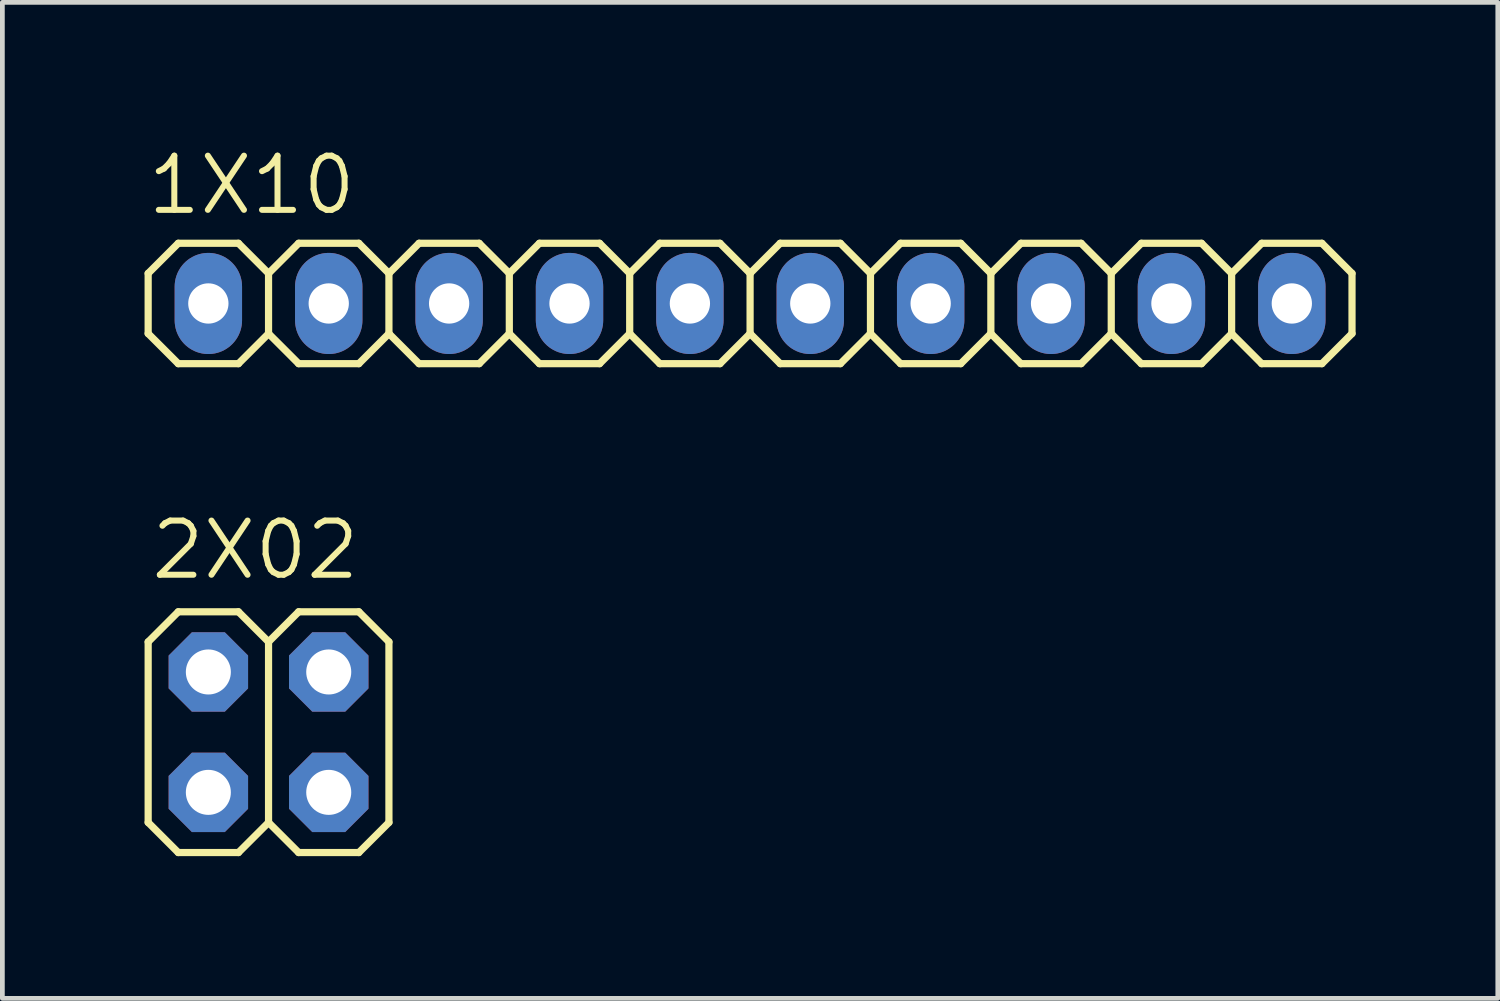
<source format=kicad_pcb>
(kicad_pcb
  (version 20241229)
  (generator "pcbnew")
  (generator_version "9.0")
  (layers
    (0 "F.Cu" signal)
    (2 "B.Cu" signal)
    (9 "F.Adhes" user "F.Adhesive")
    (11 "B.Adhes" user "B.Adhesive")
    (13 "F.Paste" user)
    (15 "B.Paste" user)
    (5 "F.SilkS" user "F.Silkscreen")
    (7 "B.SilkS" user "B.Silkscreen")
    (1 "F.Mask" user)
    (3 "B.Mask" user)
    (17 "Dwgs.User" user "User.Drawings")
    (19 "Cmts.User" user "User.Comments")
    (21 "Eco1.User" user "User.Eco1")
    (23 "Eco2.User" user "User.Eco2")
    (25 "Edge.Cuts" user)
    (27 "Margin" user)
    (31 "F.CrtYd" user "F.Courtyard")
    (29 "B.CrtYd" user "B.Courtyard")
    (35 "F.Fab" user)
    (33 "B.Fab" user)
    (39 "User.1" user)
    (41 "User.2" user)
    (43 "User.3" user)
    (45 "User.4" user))
  (footprint "1X10"
    (layer "F.Cu")
    (at 12.776 3.353)
    (property "Reference" "1X10" (at -12.776 -1.829 0) (layer "F.SilkS") (effects (font (size 1.143 1.143) (thickness 0.127)) (justify left bottom)))
    (fp_line (start -12.7 -0.635) (end -12.7 0.635) (stroke (width 0.152) (type solid)) (layer "F.SilkS"))
    (fp_line (start -12.7 0.635) (end -12.065 1.27) (stroke (width 0.152) (type solid)) (layer "F.SilkS"))
    (fp_line (start -12.065 -1.27) (end -12.7 -0.635) (stroke (width 0.152) (type solid)) (layer "F.SilkS"))
    (fp_line (start -12.065 -1.27) (end -10.795 -1.27) (stroke (width 0.152) (type solid)) (layer "F.SilkS"))
    (fp_line (start -10.795 -1.27) (end -10.16 -0.635) (stroke (width 0.152) (type solid)) (layer "F.SilkS"))
    (fp_line (start -10.795 1.27) (end -12.065 1.27) (stroke (width 0.152) (type solid)) (layer "F.SilkS"))
    (fp_line (start -10.16 -0.635) (end -10.16 0.635) (stroke (width 0.152) (type solid)) (layer "F.SilkS"))
    (fp_line (start -10.16 -0.635) (end -9.525 -1.27) (stroke (width 0.152) (type solid)) (layer "F.SilkS"))
    (fp_line (start -10.16 0.635) (end -10.795 1.27) (stroke (width 0.152) (type solid)) (layer "F.SilkS"))
    (fp_line (start -9.525 -1.27) (end -8.255 -1.27) (stroke (width 0.152) (type solid)) (layer "F.SilkS"))
    (fp_line (start -9.525 1.27) (end -10.16 0.635) (stroke (width 0.152) (type solid)) (layer "F.SilkS"))
    (fp_line (start -8.255 -1.27) (end -7.62 -0.635) (stroke (width 0.152) (type solid)) (layer "F.SilkS"))
    (fp_line (start -8.255 1.27) (end -9.525 1.27) (stroke (width 0.152) (type solid)) (layer "F.SilkS"))
    (fp_line (start -7.62 -0.635) (end -7.62 0.635) (stroke (width 0.152) (type solid)) (layer "F.SilkS"))
    (fp_line (start -7.62 -0.635) (end -6.985 -1.27) (stroke (width 0.152) (type solid)) (layer "F.SilkS"))
    (fp_line (start -7.62 0.635) (end -8.255 1.27) (stroke (width 0.152) (type solid)) (layer "F.SilkS"))
    (fp_line (start -6.985 -1.27) (end -5.715 -1.27) (stroke (width 0.152) (type solid)) (layer "F.SilkS"))
    (fp_line (start -6.985 1.27) (end -7.62 0.635) (stroke (width 0.152) (type solid)) (layer "F.SilkS"))
    (fp_line (start -5.715 -1.27) (end -5.08 -0.635) (stroke (width 0.152) (type solid)) (layer "F.SilkS"))
    (fp_line (start -5.715 1.27) (end -6.985 1.27) (stroke (width 0.152) (type solid)) (layer "F.SilkS"))
    (fp_line (start -5.08 -0.635) (end -5.08 0.635) (stroke (width 0.152) (type solid)) (layer "F.SilkS"))
    (fp_line (start -5.08 0.635) (end -5.715 1.27) (stroke (width 0.152) (type solid)) (layer "F.SilkS"))
    (fp_line (start -5.08 0.635) (end -4.445 1.27) (stroke (width 0.152) (type solid)) (layer "F.SilkS"))
    (fp_line (start -4.445 -1.27) (end -5.08 -0.635) (stroke (width 0.152) (type solid)) (layer "F.SilkS"))
    (fp_line (start -4.445 -1.27) (end -3.175 -1.27) (stroke (width 0.152) (type solid)) (layer "F.SilkS"))
    (fp_line (start -3.175 -1.27) (end -2.54 -0.635) (stroke (width 0.152) (type solid)) (layer "F.SilkS"))
    (fp_line (start -3.175 1.27) (end -4.445 1.27) (stroke (width 0.152) (type solid)) (layer "F.SilkS"))
    (fp_line (start -2.54 -0.635) (end -2.54 0.635) (stroke (width 0.152) (type solid)) (layer "F.SilkS"))
    (fp_line (start -2.54 -0.635) (end -1.905 -1.27) (stroke (width 0.152) (type solid)) (layer "F.SilkS"))
    (fp_line (start -2.54 0.635) (end -3.175 1.27) (stroke (width 0.152) (type solid)) (layer "F.SilkS"))
    (fp_line (start -1.905 -1.27) (end -0.635 -1.27) (stroke (width 0.152) (type solid)) (layer "F.SilkS"))
    (fp_line (start -1.905 1.27) (end -2.54 0.635) (stroke (width 0.152) (type solid)) (layer "F.SilkS"))
    (fp_line (start -0.635 -1.27) (end 0 -0.635) (stroke (width 0.152) (type solid)) (layer "F.SilkS"))
    (fp_line (start -0.635 1.27) (end -1.905 1.27) (stroke (width 0.152) (type solid)) (layer "F.SilkS"))
    (fp_line (start 0 -0.635) (end 0 0.635) (stroke (width 0.152) (type solid)) (layer "F.SilkS"))
    (fp_line (start 0 -0.635) (end 0.635 -1.27) (stroke (width 0.152) (type solid)) (layer "F.SilkS"))
    (fp_line (start 0 0.635) (end -0.635 1.27) (stroke (width 0.152) (type solid)) (layer "F.SilkS"))
    (fp_line (start 0.635 -1.27) (end 1.905 -1.27) (stroke (width 0.152) (type solid)) (layer "F.SilkS"))
    (fp_line (start 0.635 1.27) (end 0 0.635) (stroke (width 0.152) (type solid)) (layer "F.SilkS"))
    (fp_line (start 1.905 -1.27) (end 2.54 -0.635) (stroke (width 0.152) (type solid)) (layer "F.SilkS"))
    (fp_line (start 1.905 1.27) (end 0.635 1.27) (stroke (width 0.152) (type solid)) (layer "F.SilkS"))
    (fp_line (start 2.54 -0.635) (end 2.54 0.635) (stroke (width 0.152) (type solid)) (layer "F.SilkS"))
    (fp_line (start 2.54 0.635) (end 1.905 1.27) (stroke (width 0.152) (type solid)) (layer "F.SilkS"))
    (fp_line (start 2.54 0.635) (end 3.175 1.27) (stroke (width 0.152) (type solid)) (layer "F.SilkS"))
    (fp_line (start 3.175 -1.27) (end 2.54 -0.635) (stroke (width 0.152) (type solid)) (layer "F.SilkS"))
    (fp_line (start 3.175 -1.27) (end 4.445 -1.27) (stroke (width 0.152) (type solid)) (layer "F.SilkS"))
    (fp_line (start 4.445 -1.27) (end 5.08 -0.635) (stroke (width 0.152) (type solid)) (layer "F.SilkS"))
    (fp_line (start 4.445 1.27) (end 3.175 1.27) (stroke (width 0.152) (type solid)) (layer "F.SilkS"))
    (fp_line (start 5.08 -0.635) (end 5.08 0.635) (stroke (width 0.152) (type solid)) (layer "F.SilkS"))
    (fp_line (start 5.08 -0.635) (end 5.715 -1.27) (stroke (width 0.152) (type solid)) (layer "F.SilkS"))
    (fp_line (start 5.08 0.635) (end 4.445 1.27) (stroke (width 0.152) (type solid)) (layer "F.SilkS"))
    (fp_line (start 5.715 -1.27) (end 6.985 -1.27) (stroke (width 0.152) (type solid)) (layer "F.SilkS"))
    (fp_line (start 5.715 1.27) (end 5.08 0.635) (stroke (width 0.152) (type solid)) (layer "F.SilkS"))
    (fp_line (start 6.985 -1.27) (end 7.62 -0.635) (stroke (width 0.152) (type solid)) (layer "F.SilkS"))
    (fp_line (start 6.985 1.27) (end 5.715 1.27) (stroke (width 0.152) (type solid)) (layer "F.SilkS"))
    (fp_line (start 7.62 -0.635) (end 7.62 0.635) (stroke (width 0.152) (type solid)) (layer "F.SilkS"))
    (fp_line (start 7.62 -0.635) (end 8.255 -1.27) (stroke (width 0.152) (type solid)) (layer "F.SilkS"))
    (fp_line (start 7.62 0.635) (end 6.985 1.27) (stroke (width 0.152) (type solid)) (layer "F.SilkS"))
    (fp_line (start 8.255 -1.27) (end 9.525 -1.27) (stroke (width 0.152) (type solid)) (layer "F.SilkS"))
    (fp_line (start 8.255 1.27) (end 7.62 0.635) (stroke (width 0.152) (type solid)) (layer "F.SilkS"))
    (fp_line (start 9.525 -1.27) (end 10.16 -0.635) (stroke (width 0.152) (type solid)) (layer "F.SilkS"))
    (fp_line (start 9.525 1.27) (end 8.255 1.27) (stroke (width 0.152) (type solid)) (layer "F.SilkS"))
    (fp_line (start 10.16 -0.635) (end 10.16 0.635) (stroke (width 0.152) (type solid)) (layer "F.SilkS"))
    (fp_line (start 10.16 0.635) (end 9.525 1.27) (stroke (width 0.152) (type solid)) (layer "F.SilkS"))
    (fp_line (start 10.16 0.635) (end 10.795 1.27) (stroke (width 0.152) (type solid)) (layer "F.SilkS"))
    (fp_line (start 10.795 -1.27) (end 10.16 -0.635) (stroke (width 0.152) (type solid)) (layer "F.SilkS"))
    (fp_line (start 10.795 -1.27) (end 12.065 -1.27) (stroke (width 0.152) (type solid)) (layer "F.SilkS"))
    (fp_line (start 12.065 -1.27) (end 12.7 -0.635) (stroke (width 0.152) (type solid)) (layer "F.SilkS"))
    (fp_line (start 12.065 1.27) (end 10.795 1.27) (stroke (width 0.152) (type solid)) (layer "F.SilkS"))
    (fp_line (start 12.7 -0.635) (end 12.7 0.635) (stroke (width 0.152) (type solid)) (layer "F.SilkS"))
    (fp_line (start 12.7 0.635) (end 12.065 1.27) (stroke (width 0.152) (type solid)) (layer "F.SilkS"))
    (fp_poly (pts (xy -11.684 0.254) (xy -11.176 0.254) (xy -11.176 -0.254) (xy -11.684 -0.254)) (stroke (width 0.1) (type solid)) (fill no) (layer "F.Fab"))
    (fp_poly (pts (xy -9.144 0.254) (xy -8.636 0.254) (xy -8.636 -0.254) (xy -9.144 -0.254)) (stroke (width 0.1) (type solid)) (fill no) (layer "F.Fab"))
    (fp_poly (pts (xy -6.604 0.254) (xy -6.096 0.254) (xy -6.096 -0.254) (xy -6.604 -0.254)) (stroke (width 0.1) (type solid)) (fill no) (layer "F.Fab"))
    (fp_poly (pts (xy -4.064 0.254) (xy -3.556 0.254) (xy -3.556 -0.254) (xy -4.064 -0.254)) (stroke (width 0.1) (type solid)) (fill no) (layer "F.Fab"))
    (fp_poly (pts (xy -1.524 0.254) (xy -1.016 0.254) (xy -1.016 -0.254) (xy -1.524 -0.254)) (stroke (width 0.1) (type solid)) (fill no) (layer "F.Fab"))
    (fp_poly (pts (xy 1.016 0.254) (xy 1.524 0.254) (xy 1.524 -0.254) (xy 1.016 -0.254)) (stroke (width 0.1) (type solid)) (fill no) (layer "F.Fab"))
    (fp_poly (pts (xy 3.556 0.254) (xy 4.064 0.254) (xy 4.064 -0.254) (xy 3.556 -0.254)) (stroke (width 0.1) (type solid)) (fill no) (layer "F.Fab"))
    (fp_poly (pts (xy 6.096 0.254) (xy 6.604 0.254) (xy 6.604 -0.254) (xy 6.096 -0.254)) (stroke (width 0.1) (type solid)) (fill no) (layer "F.Fab"))
    (fp_poly (pts (xy 8.636 0.254) (xy 9.144 0.254) (xy 9.144 -0.254) (xy 8.636 -0.254)) (stroke (width 0.1) (type solid)) (fill no) (layer "F.Fab"))
    (fp_poly (pts (xy 11.176 0.254) (xy 11.684 0.254) (xy 11.684 -0.254) (xy 11.176 -0.254)) (stroke (width 0.1) (type solid)) (fill no) (layer "F.Fab"))
    (pad "1" thru_hole oval (at -11.43 0 90) (size 2.134 1.422) (drill 0.85) (layers "*.Cu" "*.Mask"))
    (pad "2" thru_hole oval (at -8.89 0 90) (size 2.134 1.422) (drill 0.85) (layers "*.Cu" "*.Mask"))
    (pad "3" thru_hole oval (at -6.35 0 90) (size 2.134 1.422) (drill 0.85) (layers "*.Cu" "*.Mask"))
    (pad "4" thru_hole oval (at -3.81 0 90) (size 2.134 1.422) (drill 0.85) (layers "*.Cu" "*.Mask"))
    (pad "5" thru_hole oval (at -1.27 0 90) (size 2.134 1.422) (drill 0.85) (layers "*.Cu" "*.Mask"))
    (pad "6" thru_hole oval (at 1.27 0 90) (size 2.134 1.422) (drill 0.85) (layers "*.Cu" "*.Mask"))
    (pad "7" thru_hole oval (at 3.81 0 90) (size 2.134 1.422) (drill 0.85) (layers "*.Cu" "*.Mask"))
    (pad "8" thru_hole oval (at 6.35 0 90) (size 2.134 1.422) (drill 0.85) (layers "*.Cu" "*.Mask"))
    (pad "9" thru_hole oval (at 8.89 0 90) (size 2.134 1.422) (drill 0.85) (layers "*.Cu" "*.Mask"))
    (pad "10" thru_hole oval (at 11.43 0 90) (size 2.134 1.422) (drill 0.85) (layers "*.Cu" "*.Mask")))
  (footprint "2X02"
    (layer "F.Cu")
    (at 2.616 12.398)
    (property "Reference" "2X02" (at -2.54 -3.175 0) (layer "F.SilkS") (effects (font (size 1.143 1.143) (thickness 0.127)) (justify left bottom)))
    (fp_line (start -2.54 -1.905) (end -1.905 -2.54) (stroke (width 0.152) (type solid)) (layer "F.SilkS"))
    (fp_line (start -2.54 1.905) (end -2.54 -1.905) (stroke (width 0.152) (type solid)) (layer "F.SilkS"))
    (fp_line (start -2.54 1.905) (end -1.905 2.54) (stroke (width 0.152) (type solid)) (layer "F.SilkS"))
    (fp_line (start -1.905 -2.54) (end -0.635 -2.54) (stroke (width 0.152) (type solid)) (layer "F.SilkS"))
    (fp_line (start -1.905 2.54) (end -0.635 2.54) (stroke (width 0.152) (type solid)) (layer "F.SilkS"))
    (fp_line (start -0.635 -2.54) (end 0 -1.905) (stroke (width 0.152) (type solid)) (layer "F.SilkS"))
    (fp_line (start -0.635 2.54) (end 0 1.905) (stroke (width 0.152) (type solid)) (layer "F.SilkS"))
    (fp_line (start 0 -1.905) (end 0 1.905) (stroke (width 0.152) (type solid)) (layer "F.SilkS"))
    (fp_line (start 0 -1.905) (end 0.635 -2.54) (stroke (width 0.152) (type solid)) (layer "F.SilkS"))
    (fp_line (start 0 1.905) (end 0.635 2.54) (stroke (width 0.152) (type solid)) (layer "F.SilkS"))
    (fp_line (start 0.635 -2.54) (end 1.905 -2.54) (stroke (width 0.152) (type solid)) (layer "F.SilkS"))
    (fp_line (start 0.635 2.54) (end 1.905 2.54) (stroke (width 0.152) (type solid)) (layer "F.SilkS"))
    (fp_line (start 1.905 -2.54) (end 2.54 -1.905) (stroke (width 0.152) (type solid)) (layer "F.SilkS"))
    (fp_line (start 1.905 2.54) (end 2.54 1.905) (stroke (width 0.152) (type solid)) (layer "F.SilkS"))
    (fp_line (start 2.54 -1.905) (end 2.54 1.905) (stroke (width 0.152) (type solid)) (layer "F.SilkS"))
    (fp_poly (pts (xy -1.524 -1.016) (xy -1.016 -1.016) (xy -1.016 -1.524) (xy -1.524 -1.524)) (stroke (width 0.1) (type solid)) (fill no) (layer "F.Fab"))
    (fp_poly (pts (xy -1.524 1.524) (xy -1.016 1.524) (xy -1.016 1.016) (xy -1.524 1.016)) (stroke (width 0.1) (type solid)) (fill no) (layer "F.Fab"))
    (fp_poly (pts (xy 1.016 -1.016) (xy 1.524 -1.016) (xy 1.524 -1.524) (xy 1.016 -1.524)) (stroke (width 0.1) (type solid)) (fill no) (layer "F.Fab"))
    (fp_poly (pts (xy 1.016 1.524) (xy 1.524 1.524) (xy 1.524 1.016) (xy 1.016 1.016)) (stroke (width 0.1) (type solid)) (fill no) (layer "F.Fab"))
    (pad "1" thru_hole roundrect (at -1.27 1.27) (size 1.676 1.676) (drill 0.95) (layers "*.Cu" "*.Mask") (roundrect_rratio 0.25) (chamfer_ratio 0.293) (chamfer top_left top_right bottom_left bottom_right))
    (pad "2" thru_hole roundrect (at -1.27 -1.27) (size 1.676 1.676) (drill 0.95) (layers "*.Cu" "*.Mask") (roundrect_rratio 0.25) (chamfer_ratio 0.293) (chamfer top_left top_right bottom_left bottom_right))
    (pad "3" thru_hole roundrect (at 1.27 1.27) (size 1.676 1.676) (drill 0.95) (layers "*.Cu" "*.Mask") (roundrect_rratio 0.25) (chamfer_ratio 0.293) (chamfer top_left top_right bottom_left bottom_right))
    (pad "4" thru_hole roundrect (at 1.27 -1.27) (size 1.676 1.676) (drill 0.95) (layers "*.Cu" "*.Mask") (roundrect_rratio 0.25) (chamfer_ratio 0.293) (chamfer top_left top_right bottom_left bottom_right)))
  (gr_rect
    (start -3 -3)
    (end 28.552 18.014)
    (stroke (width 0.1) (type default))
    (fill no)
    (layer "Edge.Cuts")))
</source>
